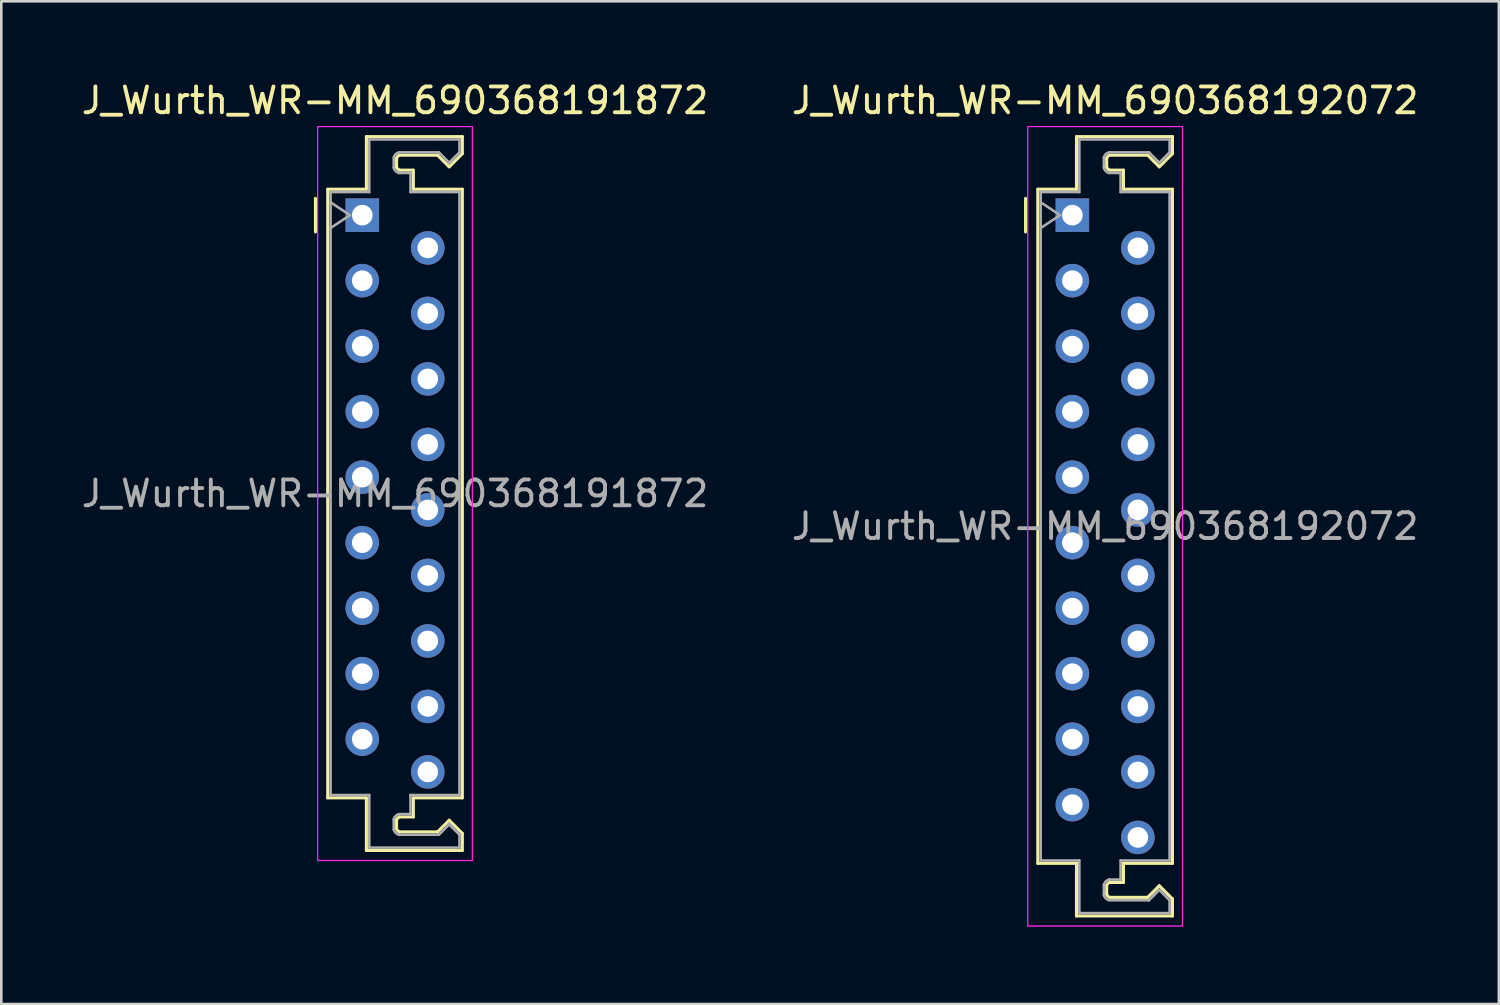
<source format=kicad_pcb>
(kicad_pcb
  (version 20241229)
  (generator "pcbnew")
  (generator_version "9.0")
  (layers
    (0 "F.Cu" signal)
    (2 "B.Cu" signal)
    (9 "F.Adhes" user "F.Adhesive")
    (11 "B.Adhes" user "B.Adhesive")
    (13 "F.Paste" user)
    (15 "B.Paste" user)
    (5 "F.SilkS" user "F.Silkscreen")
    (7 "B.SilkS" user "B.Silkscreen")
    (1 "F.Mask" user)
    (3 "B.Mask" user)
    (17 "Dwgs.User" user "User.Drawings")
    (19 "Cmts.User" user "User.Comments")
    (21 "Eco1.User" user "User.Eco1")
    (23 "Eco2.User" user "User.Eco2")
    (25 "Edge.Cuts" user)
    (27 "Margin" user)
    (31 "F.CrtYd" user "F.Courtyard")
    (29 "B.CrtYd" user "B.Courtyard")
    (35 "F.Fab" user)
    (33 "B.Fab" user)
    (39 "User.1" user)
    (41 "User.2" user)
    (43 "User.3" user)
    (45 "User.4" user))
  (footprint "J_Wurth_WR-MM_690368191872"
    (layer "F.Cu")
    (at 10.998 5.293)
    (property "Reference" "J_Wurth_WR-MM_690368191872" (at 1.27 -4.445 0) (unlocked yes) (layer "F.SilkS") (effects (font (size 1 1) (thickness 0.15))))
    (attr through_hole)
    (fp_line (start -1.815 0.65) (end -1.815 -0.65) (stroke (width 0.12) (type solid)) (layer "F.SilkS"))
    (fp_line (start -1.34 -1.005) (end 0.16 -1.005) (stroke (width 0.12) (type solid)) (layer "F.SilkS"))
    (fp_line (start -1.34 22.595) (end -1.34 -1.005) (stroke (width 0.12) (type solid)) (layer "F.SilkS"))
    (fp_line (start -1.34 22.595) (end 0.16 22.595) (stroke (width 0.12) (type solid)) (layer "F.SilkS"))
    (fp_line (start 0.16 -3.045) (end 3.88 -3.045) (stroke (width 0.12) (type solid)) (layer "F.SilkS"))
    (fp_line (start 0.16 -1.005) (end 0.16 -3.045) (stroke (width 0.12) (type solid)) (layer "F.SilkS"))
    (fp_line (start 0.16 22.595) (end 0.16 24.635) (stroke (width 0.12) (type solid)) (layer "F.SilkS"))
    (fp_line (start 0.16 24.635) (end 3.88 24.635) (stroke (width 0.12) (type solid)) (layer "F.SilkS"))
    (fp_line (start 1.33 -2.205) (end 1.33 -1.865) (stroke (width 0.12) (type solid)) (layer "F.SilkS"))
    (fp_line (start 1.33 23.796) (end 1.33 23.454) (stroke (width 0.12) (type solid)) (layer "F.SilkS"))
    (fp_line (start 1.45 -2.325) (end 2.92 -2.325) (stroke (width 0.12) (type solid)) (layer "F.SilkS"))
    (fp_line (start 1.45 23.915) (end 2.92 23.915) (stroke (width 0.12) (type solid)) (layer "F.SilkS"))
    (fp_line (start 1.98 -1.745) (end 1.45 -1.745) (stroke (width 0.12) (type solid)) (layer "F.SilkS"))
    (fp_line (start 1.98 -1.005) (end 1.98 -1.745) (stroke (width 0.12) (type solid)) (layer "F.SilkS"))
    (fp_line (start 1.98 22.595) (end 1.98 23.335) (stroke (width 0.12) (type solid)) (layer "F.SilkS"))
    (fp_line (start 1.98 23.335) (end 1.45 23.335) (stroke (width 0.12) (type solid)) (layer "F.SilkS"))
    (fp_line (start 2.92 -2.325) (end 3.37 -1.875) (stroke (width 0.12) (type solid)) (layer "F.SilkS"))
    (fp_line (start 2.92 23.915) (end 3.37 23.465) (stroke (width 0.12) (type solid)) (layer "F.SilkS"))
    (fp_line (start 3.88 -3.045) (end 3.88 -2.385) (stroke (width 0.12) (type solid)) (layer "F.SilkS"))
    (fp_line (start 3.88 -2.385) (end 3.37 -1.875) (stroke (width 0.12) (type solid)) (layer "F.SilkS"))
    (fp_line (start 3.88 -1.005) (end 1.98 -1.005) (stroke (width 0.12) (type solid)) (layer "F.SilkS"))
    (fp_line (start 3.88 22.595) (end 1.98 22.595) (stroke (width 0.12) (type solid)) (layer "F.SilkS"))
    (fp_line (start 3.88 22.595) (end 3.88 -1.005) (stroke (width 0.12) (type solid)) (layer "F.SilkS"))
    (fp_line (start 3.88 23.975) (end 3.37 23.465) (stroke (width 0.12) (type solid)) (layer "F.SilkS"))
    (fp_line (start 3.88 24.635) (end 3.88 23.975) (stroke (width 0.12) (type solid)) (layer "F.SilkS"))
    (fp_arc (start 1.330001 -2.2055) (mid 1.373741 -2.28126) (end 1.4495 -2.325) (stroke (width 0.12) (type solid)) (layer "F.SilkS"))
    (fp_arc (start 1.330002 23.454501) (mid 1.373741 23.378741) (end 1.4495 23.335001) (stroke (width 0.12) (type solid)) (layer "F.SilkS"))
    (fp_arc (start 1.4495 -1.745001) (mid 1.373741 -1.788741) (end 1.330002 -1.864501) (stroke (width 0.12) (type solid)) (layer "F.SilkS"))
    (fp_arc (start 1.4495 23.915) (mid 1.373741 23.87126) (end 1.330001 23.7955) (stroke (width 0.12) (type solid)) (layer "F.SilkS"))
    (fp_rect (start -1.73 -3.435) (end 4.27 25.025) (stroke (width 0.05) (type solid)) (fill no) (layer "F.CrtYd"))
    (fp_line (start -1.23 -0.895) (end 0.27 -0.895) (stroke (width 0.1) (type solid)) (layer "F.Fab"))
    (fp_line (start -1.23 22.485) (end -1.23 -0.895) (stroke (width 0.1) (type solid)) (layer "F.Fab"))
    (fp_line (start -1.23 22.485) (end 0.27 22.485) (stroke (width 0.1) (type solid)) (layer "F.Fab"))
    (fp_line (start -0.48 0) (end -1.23 -0.5) (stroke (width 0.1) (type solid)) (layer "F.Fab"))
    (fp_line (start -0.48 0) (end -1.23 0.5) (stroke (width 0.1) (type solid)) (layer "F.Fab"))
    (fp_line (start 0.27 -2.935) (end 3.77 -2.935) (stroke (width 0.1) (type solid)) (layer "F.Fab"))
    (fp_line (start 0.27 -0.895) (end 0.27 -2.935) (stroke (width 0.1) (type solid)) (layer "F.Fab"))
    (fp_line (start 0.27 24.525) (end 0.27 22.485) (stroke (width 0.1) (type solid)) (layer "F.Fab"))
    (fp_line (start 0.27 24.525) (end 3.77 24.525) (stroke (width 0.1) (type solid)) (layer "F.Fab"))
    (fp_line (start 1.22 -2.235) (end 1.22 -1.835) (stroke (width 0.1) (type solid)) (layer "F.Fab"))
    (fp_line (start 1.22 23.825) (end 1.22 23.425) (stroke (width 0.1) (type solid)) (layer "F.Fab"))
    (fp_line (start 1.42 -1.635) (end 1.87 -1.635) (stroke (width 0.1) (type solid)) (layer "F.Fab"))
    (fp_line (start 1.42 23.225) (end 1.87 23.225) (stroke (width 0.1) (type solid)) (layer "F.Fab"))
    (fp_line (start 1.87 -1.635) (end 1.87 -0.895) (stroke (width 0.1) (type solid)) (layer "F.Fab"))
    (fp_line (start 1.87 -0.895) (end 3.77 -0.895) (stroke (width 0.1) (type solid)) (layer "F.Fab"))
    (fp_line (start 1.87 22.485) (end 3.77 22.485) (stroke (width 0.1) (type solid)) (layer "F.Fab"))
    (fp_line (start 1.87 23.225) (end 1.87 22.485) (stroke (width 0.1) (type solid)) (layer "F.Fab"))
    (fp_line (start 2.97 -2.435) (end 1.42 -2.435) (stroke (width 0.1) (type solid)) (layer "F.Fab"))
    (fp_line (start 2.97 24.025) (end 1.42 24.025) (stroke (width 0.1) (type solid)) (layer "F.Fab"))
    (fp_line (start 3.37 -2.035) (end 2.97 -2.435) (stroke (width 0.1) (type solid)) (layer "F.Fab"))
    (fp_line (start 3.37 23.625) (end 2.97 24.025) (stroke (width 0.1) (type solid)) (layer "F.Fab"))
    (fp_line (start 3.77 -2.435) (end 3.37 -2.035) (stroke (width 0.1) (type solid)) (layer "F.Fab"))
    (fp_line (start 3.77 -2.435) (end 3.77 -2.935) (stroke (width 0.1) (type solid)) (layer "F.Fab"))
    (fp_line (start 3.77 22.485) (end 3.77 -0.895) (stroke (width 0.1) (type solid)) (layer "F.Fab"))
    (fp_line (start 3.77 24.025) (end 3.37 23.625) (stroke (width 0.1) (type solid)) (layer "F.Fab"))
    (fp_line (start 3.77 24.525) (end 3.77 24.025) (stroke (width 0.1) (type solid)) (layer "F.Fab"))
    (fp_arc (start 1.22 -2.235) (mid 1.293204 -2.361796) (end 1.419999 -2.435002) (stroke (width 0.1) (type default)) (layer "F.Fab"))
    (fp_arc (start 1.22 23.425) (mid 1.293205 23.298205) (end 1.42 23.225) (stroke (width 0.1) (type default)) (layer "F.Fab"))
    (fp_arc (start 1.42 -1.635) (mid 1.293204 -1.708204) (end 1.219998 -1.834998) (stroke (width 0.1) (type default)) (layer "F.Fab"))
    (fp_arc (start 1.42 24.025) (mid 1.293205 23.951795) (end 1.22 23.825) (stroke (width 0.1) (type default)) (layer "F.Fab"))
    (fp_text user "${REFERENCE}" (at 1.27 10.795 0) (unlocked yes) (layer "F.Fab") (effects (font (size 1 1) (thickness 0.15))))
    (pad "1" thru_hole rect (at 0 0 90) (size 1.3 1.3) (drill 0.8) (layers "*.Cu" "*.Mask"))
    (pad "2" thru_hole circle (at 2.54 1.27 90) (size 1.3 1.3) (drill 0.8) (layers "*.Cu" "*.Mask"))
    (pad "3" thru_hole circle (at 0 2.54 90) (size 1.3 1.3) (drill 0.8) (layers "*.Cu" "*.Mask"))
    (pad "4" thru_hole circle (at 2.54 3.81 90) (size 1.3 1.3) (drill 0.8) (layers "*.Cu" "*.Mask"))
    (pad "5" thru_hole circle (at 0 5.08 90) (size 1.3 1.3) (drill 0.8) (layers "*.Cu" "*.Mask"))
    (pad "6" thru_hole circle (at 2.54 6.35 90) (size 1.3 1.3) (drill 0.8) (layers "*.Cu" "*.Mask"))
    (pad "7" thru_hole circle (at 0 7.62 90) (size 1.3 1.3) (drill 0.8) (layers "*.Cu" "*.Mask"))
    (pad "8" thru_hole circle (at 2.54 8.89 90) (size 1.3 1.3) (drill 0.8) (layers "*.Cu" "*.Mask"))
    (pad "9" thru_hole circle (at 0 10.16 90) (size 1.3 1.3) (drill 0.8) (layers "*.Cu" "*.Mask"))
    (pad "10" thru_hole circle (at 2.54 11.43 90) (size 1.3 1.3) (drill 0.8) (layers "*.Cu" "*.Mask"))
    (pad "11" thru_hole circle (at 0 12.7 90) (size 1.3 1.3) (drill 0.8) (layers "*.Cu" "*.Mask"))
    (pad "12" thru_hole circle (at 2.54 13.97 90) (size 1.3 1.3) (drill 0.8) (layers "*.Cu" "*.Mask"))
    (pad "13" thru_hole circle (at 0 15.24 90) (size 1.3 1.3) (drill 0.8) (layers "*.Cu" "*.Mask"))
    (pad "14" thru_hole circle (at 2.54 16.51 90) (size 1.3 1.3) (drill 0.8) (layers "*.Cu" "*.Mask"))
    (pad "15" thru_hole circle (at 0 17.78 90) (size 1.3 1.3) (drill 0.8) (layers "*.Cu" "*.Mask"))
    (pad "16" thru_hole circle (at 2.54 19.05 90) (size 1.3 1.3) (drill 0.8) (layers "*.Cu" "*.Mask"))
    (pad "17" thru_hole circle (at 0 20.32 90) (size 1.3 1.3) (drill 0.8) (layers "*.Cu" "*.Mask"))
    (pad "18" thru_hole circle (at 2.54 21.59 90) (size 1.3 1.3) (drill 0.8) (layers "*.Cu" "*.Mask")))
  (footprint "J_Wurth_WR-MM_690368192072"
    (layer "F.Cu")
    (at 38.534 5.293)
    (property "Reference" "J_Wurth_WR-MM_690368192072" (at 1.27 -4.445 0) (unlocked yes) (layer "F.SilkS") (effects (font (size 1 1) (thickness 0.15))))
    (attr through_hole)
    (fp_line (start -1.815 0.65) (end -1.815 -0.65) (stroke (width 0.12) (type solid)) (layer "F.SilkS"))
    (fp_line (start -1.34 -1.005) (end 0.16 -1.005) (stroke (width 0.12) (type solid)) (layer "F.SilkS"))
    (fp_line (start -1.34 25.135) (end -1.34 -1.005) (stroke (width 0.12) (type solid)) (layer "F.SilkS"))
    (fp_line (start -1.34 25.135) (end 0.16 25.135) (stroke (width 0.12) (type solid)) (layer "F.SilkS"))
    (fp_line (start 0.16 -3.045) (end 3.88 -3.045) (stroke (width 0.12) (type solid)) (layer "F.SilkS"))
    (fp_line (start 0.16 -1.005) (end 0.16 -3.045) (stroke (width 0.12) (type solid)) (layer "F.SilkS"))
    (fp_line (start 0.16 25.135) (end 0.16 27.175) (stroke (width 0.12) (type solid)) (layer "F.SilkS"))
    (fp_line (start 0.16 27.175) (end 3.88 27.175) (stroke (width 0.12) (type solid)) (layer "F.SilkS"))
    (fp_line (start 1.33 -2.205) (end 1.33 -1.865) (stroke (width 0.12) (type solid)) (layer "F.SilkS"))
    (fp_line (start 1.33 26.335) (end 1.33 25.994) (stroke (width 0.12) (type solid)) (layer "F.SilkS"))
    (fp_line (start 1.45 -2.325) (end 2.92 -2.325) (stroke (width 0.12) (type solid)) (layer "F.SilkS"))
    (fp_line (start 1.45 26.455) (end 2.92 26.455) (stroke (width 0.12) (type solid)) (layer "F.SilkS"))
    (fp_line (start 1.98 -1.745) (end 1.45 -1.745) (stroke (width 0.12) (type solid)) (layer "F.SilkS"))
    (fp_line (start 1.98 -1.005) (end 1.98 -1.745) (stroke (width 0.12) (type solid)) (layer "F.SilkS"))
    (fp_line (start 1.98 25.135) (end 1.98 25.875) (stroke (width 0.12) (type solid)) (layer "F.SilkS"))
    (fp_line (start 1.98 25.875) (end 1.45 25.875) (stroke (width 0.12) (type solid)) (layer "F.SilkS"))
    (fp_line (start 2.92 -2.325) (end 3.37 -1.875) (stroke (width 0.12) (type solid)) (layer "F.SilkS"))
    (fp_line (start 2.92 26.455) (end 3.37 26.005) (stroke (width 0.12) (type solid)) (layer "F.SilkS"))
    (fp_line (start 3.88 -3.045) (end 3.88 -2.385) (stroke (width 0.12) (type solid)) (layer "F.SilkS"))
    (fp_line (start 3.88 -2.385) (end 3.37 -1.875) (stroke (width 0.12) (type solid)) (layer "F.SilkS"))
    (fp_line (start 3.88 -1.005) (end 1.98 -1.005) (stroke (width 0.12) (type solid)) (layer "F.SilkS"))
    (fp_line (start 3.88 25.135) (end 1.98 25.135) (stroke (width 0.12) (type solid)) (layer "F.SilkS"))
    (fp_line (start 3.88 25.135) (end 3.88 -1.005) (stroke (width 0.12) (type solid)) (layer "F.SilkS"))
    (fp_line (start 3.88 26.515) (end 3.37 26.005) (stroke (width 0.12) (type solid)) (layer "F.SilkS"))
    (fp_line (start 3.88 27.175) (end 3.88 26.515) (stroke (width 0.12) (type solid)) (layer "F.SilkS"))
    (fp_arc (start 1.330001 -2.2055) (mid 1.373741 -2.28126) (end 1.4495 -2.325) (stroke (width 0.12) (type solid)) (layer "F.SilkS"))
    (fp_arc (start 1.330002 25.994501) (mid 1.373741 25.918741) (end 1.4495 25.875001) (stroke (width 0.12) (type solid)) (layer "F.SilkS"))
    (fp_arc (start 1.4495 -1.745001) (mid 1.373741 -1.788741) (end 1.330002 -1.864501) (stroke (width 0.12) (type solid)) (layer "F.SilkS"))
    (fp_arc (start 1.4495 26.455) (mid 1.373741 26.41126) (end 1.330001 26.3355) (stroke (width 0.12) (type solid)) (layer "F.SilkS"))
    (fp_rect (start -1.73 -3.435) (end 4.27 27.565) (stroke (width 0.05) (type solid)) (fill no) (layer "F.CrtYd"))
    (fp_line (start -1.23 -0.895) (end 0.27 -0.895) (stroke (width 0.1) (type solid)) (layer "F.Fab"))
    (fp_line (start -1.23 25.025) (end -1.23 -0.895) (stroke (width 0.1) (type solid)) (layer "F.Fab"))
    (fp_line (start -1.23 25.025) (end 0.27 25.025) (stroke (width 0.1) (type solid)) (layer "F.Fab"))
    (fp_line (start -0.48 0) (end -1.23 -0.5) (stroke (width 0.1) (type solid)) (layer "F.Fab"))
    (fp_line (start -0.48 0) (end -1.23 0.5) (stroke (width 0.1) (type solid)) (layer "F.Fab"))
    (fp_line (start 0.27 -2.935) (end 3.77 -2.935) (stroke (width 0.1) (type solid)) (layer "F.Fab"))
    (fp_line (start 0.27 -0.895) (end 0.27 -2.935) (stroke (width 0.1) (type solid)) (layer "F.Fab"))
    (fp_line (start 0.27 27.065) (end 0.27 25.025) (stroke (width 0.1) (type solid)) (layer "F.Fab"))
    (fp_line (start 0.27 27.065) (end 3.77 27.065) (stroke (width 0.1) (type solid)) (layer "F.Fab"))
    (fp_line (start 1.22 -2.235) (end 1.22 -1.835) (stroke (width 0.1) (type solid)) (layer "F.Fab"))
    (fp_line (start 1.22 26.365) (end 1.22 25.965) (stroke (width 0.1) (type solid)) (layer "F.Fab"))
    (fp_line (start 1.42 -1.635) (end 1.87 -1.635) (stroke (width 0.1) (type solid)) (layer "F.Fab"))
    (fp_line (start 1.42 25.765) (end 1.87 25.765) (stroke (width 0.1) (type solid)) (layer "F.Fab"))
    (fp_line (start 1.87 -1.635) (end 1.87 -0.895) (stroke (width 0.1) (type solid)) (layer "F.Fab"))
    (fp_line (start 1.87 -0.895) (end 3.77 -0.895) (stroke (width 0.1) (type solid)) (layer "F.Fab"))
    (fp_line (start 1.87 25.025) (end 3.77 25.025) (stroke (width 0.1) (type solid)) (layer "F.Fab"))
    (fp_line (start 1.87 25.765) (end 1.87 25.025) (stroke (width 0.1) (type solid)) (layer "F.Fab"))
    (fp_line (start 2.97 -2.435) (end 1.42 -2.435) (stroke (width 0.1) (type solid)) (layer "F.Fab"))
    (fp_line (start 2.97 26.565) (end 1.42 26.565) (stroke (width 0.1) (type solid)) (layer "F.Fab"))
    (fp_line (start 3.37 -2.035) (end 2.97 -2.435) (stroke (width 0.1) (type solid)) (layer "F.Fab"))
    (fp_line (start 3.37 26.165) (end 2.97 26.565) (stroke (width 0.1) (type solid)) (layer "F.Fab"))
    (fp_line (start 3.77 -2.435) (end 3.37 -2.035) (stroke (width 0.1) (type solid)) (layer "F.Fab"))
    (fp_line (start 3.77 -2.435) (end 3.77 -2.935) (stroke (width 0.1) (type solid)) (layer "F.Fab"))
    (fp_line (start 3.77 25.025) (end 3.77 -0.895) (stroke (width 0.1) (type solid)) (layer "F.Fab"))
    (fp_line (start 3.77 26.565) (end 3.37 26.165) (stroke (width 0.1) (type solid)) (layer "F.Fab"))
    (fp_line (start 3.77 27.065) (end 3.77 26.565) (stroke (width 0.1) (type solid)) (layer "F.Fab"))
    (fp_arc (start 1.22 -2.235) (mid 1.293204 -2.361796) (end 1.419999 -2.435002) (stroke (width 0.1) (type default)) (layer "F.Fab"))
    (fp_arc (start 1.22 25.965) (mid 1.293205 25.838205) (end 1.42 25.765) (stroke (width 0.1) (type default)) (layer "F.Fab"))
    (fp_arc (start 1.42 -1.635) (mid 1.293204 -1.708204) (end 1.219998 -1.834998) (stroke (width 0.1) (type default)) (layer "F.Fab"))
    (fp_arc (start 1.42 26.565) (mid 1.293205 26.491795) (end 1.22 26.365) (stroke (width 0.1) (type default)) (layer "F.Fab"))
    (fp_text user "${REFERENCE}" (at 1.27 12.065 0) (unlocked yes) (layer "F.Fab") (effects (font (size 1 1) (thickness 0.15))))
    (pad "1" thru_hole rect (at 0 0 90) (size 1.3 1.3) (drill 0.8) (layers "*.Cu" "*.Mask"))
    (pad "2" thru_hole circle (at 2.54 1.27 90) (size 1.3 1.3) (drill 0.8) (layers "*.Cu" "*.Mask"))
    (pad "3" thru_hole circle (at 0 2.54 90) (size 1.3 1.3) (drill 0.8) (layers "*.Cu" "*.Mask"))
    (pad "4" thru_hole circle (at 2.54 3.81 90) (size 1.3 1.3) (drill 0.8) (layers "*.Cu" "*.Mask"))
    (pad "5" thru_hole circle (at 0 5.08 90) (size 1.3 1.3) (drill 0.8) (layers "*.Cu" "*.Mask"))
    (pad "6" thru_hole circle (at 2.54 6.35 90) (size 1.3 1.3) (drill 0.8) (layers "*.Cu" "*.Mask"))
    (pad "7" thru_hole circle (at 0 7.62 90) (size 1.3 1.3) (drill 0.8) (layers "*.Cu" "*.Mask"))
    (pad "8" thru_hole circle (at 2.54 8.89 90) (size 1.3 1.3) (drill 0.8) (layers "*.Cu" "*.Mask"))
    (pad "9" thru_hole circle (at 0 10.16 90) (size 1.3 1.3) (drill 0.8) (layers "*.Cu" "*.Mask"))
    (pad "10" thru_hole circle (at 2.54 11.43 90) (size 1.3 1.3) (drill 0.8) (layers "*.Cu" "*.Mask"))
    (pad "11" thru_hole circle (at 0 12.7 90) (size 1.3 1.3) (drill 0.8) (layers "*.Cu" "*.Mask"))
    (pad "12" thru_hole circle (at 2.54 13.97 90) (size 1.3 1.3) (drill 0.8) (layers "*.Cu" "*.Mask"))
    (pad "13" thru_hole circle (at 0 15.24 90) (size 1.3 1.3) (drill 0.8) (layers "*.Cu" "*.Mask"))
    (pad "14" thru_hole circle (at 2.54 16.51 90) (size 1.3 1.3) (drill 0.8) (layers "*.Cu" "*.Mask"))
    (pad "15" thru_hole circle (at 0 17.78 90) (size 1.3 1.3) (drill 0.8) (layers "*.Cu" "*.Mask"))
    (pad "16" thru_hole circle (at 2.54 19.05 90) (size 1.3 1.3) (drill 0.8) (layers "*.Cu" "*.Mask"))
    (pad "17" thru_hole circle (at 0 20.32 90) (size 1.3 1.3) (drill 0.8) (layers "*.Cu" "*.Mask"))
    (pad "18" thru_hole circle (at 2.54 21.59 90) (size 1.3 1.3) (drill 0.8) (layers "*.Cu" "*.Mask"))
    (pad "19" thru_hole circle (at 0 22.86 90) (size 1.3 1.3) (drill 0.8) (layers "*.Cu" "*.Mask"))
    (pad "20" thru_hole circle (at 2.54 24.13 90) (size 1.3 1.3) (drill 0.8) (layers "*.Cu" "*.Mask")))
  (gr_rect
    (start -3 -3)
    (end 55.071 35.883)
    (stroke (width 0.1) (type default))
    (fill no)
    (layer "Edge.Cuts")))
</source>
